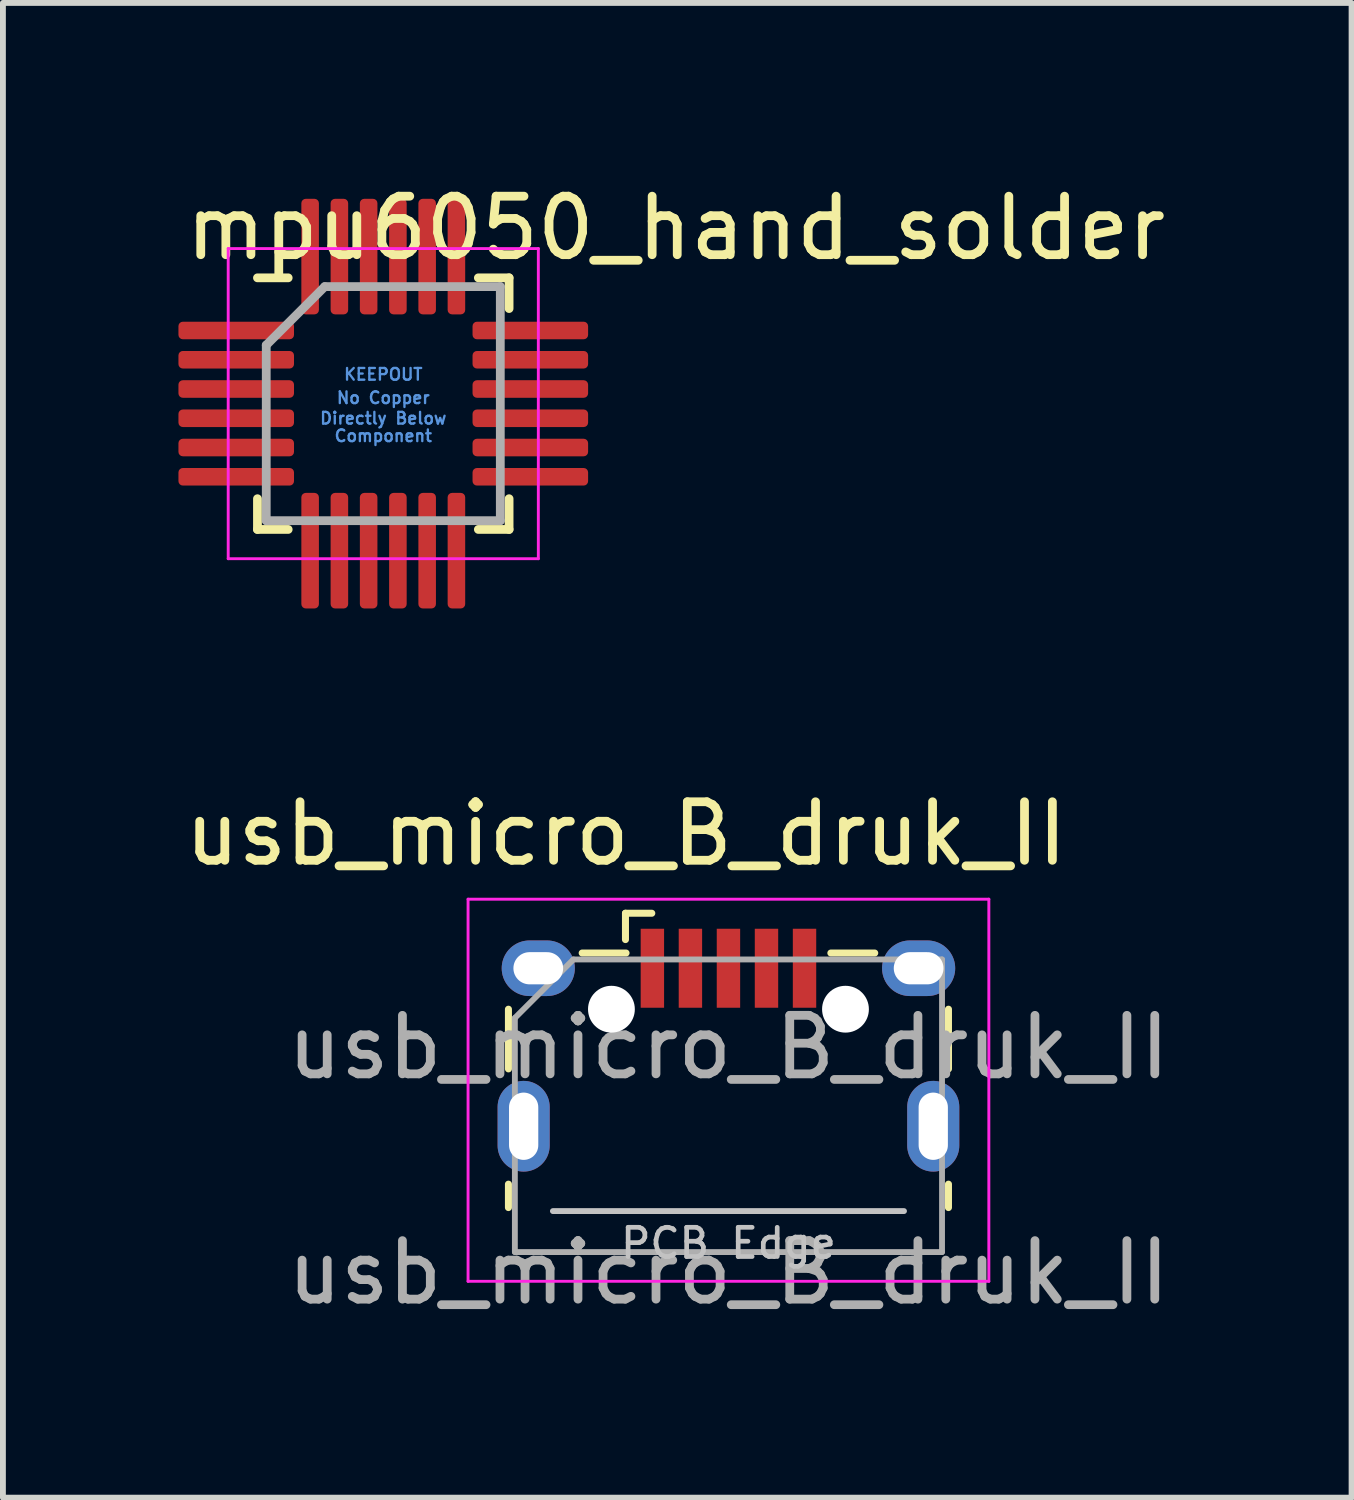
<source format=kicad_pcb>
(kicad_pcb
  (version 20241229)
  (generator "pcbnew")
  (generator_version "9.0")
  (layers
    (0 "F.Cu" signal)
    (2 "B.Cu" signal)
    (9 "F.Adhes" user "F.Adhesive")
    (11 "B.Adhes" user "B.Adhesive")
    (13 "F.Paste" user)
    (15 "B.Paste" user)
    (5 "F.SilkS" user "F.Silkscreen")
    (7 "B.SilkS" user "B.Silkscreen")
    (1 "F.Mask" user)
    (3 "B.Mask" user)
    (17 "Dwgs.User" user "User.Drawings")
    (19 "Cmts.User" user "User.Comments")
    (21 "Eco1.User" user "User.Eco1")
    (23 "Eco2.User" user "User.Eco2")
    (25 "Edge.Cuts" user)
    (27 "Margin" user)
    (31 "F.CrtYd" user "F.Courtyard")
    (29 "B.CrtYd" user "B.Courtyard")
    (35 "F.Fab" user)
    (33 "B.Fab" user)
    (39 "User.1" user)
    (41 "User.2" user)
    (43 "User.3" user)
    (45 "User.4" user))
  (footprint "usb_micro_B_druk_II"
    (layer "F.Cu")
    (at 9.399 16.197)
    (property "Reference" "usb_micro_B_druk_II" (at -1.75 -5 0) (unlocked yes) (layer "F.SilkS") (effects (font (size 1 1) (thickness 0.15))))
    (attr through_hole)
    (fp_line (start -3.76 -0.98) (end -3.76 -2) (stroke (width 0.12) (type solid)) (layer "F.SilkS"))
    (fp_line (start -3.76 1.39) (end -3.76 0.99) (stroke (width 0.12) (type solid)) (layer "F.SilkS"))
    (fp_line (start -2.5 -2.96) (end -1.75 -2.96) (stroke (width 0.12) (type solid)) (layer "F.SilkS"))
    (fp_line (start -1.76 -3.19) (end -1.76 -3.64) (stroke (width 0.12) (type solid)) (layer "F.SilkS"))
    (fp_line (start -1.31 -3.64) (end -1.76 -3.64) (stroke (width 0.12) (type solid)) (layer "F.SilkS"))
    (fp_line (start 2.5 -2.96) (end 1.75 -2.96) (stroke (width 0.12) (type solid)) (layer "F.SilkS"))
    (fp_line (start 3.76 -0.98) (end 3.76 -2) (stroke (width 0.12) (type solid)) (layer "F.SilkS"))
    (fp_line (start 3.76 0.99) (end 3.76 1.39) (stroke (width 0.12) (type solid)) (layer "F.SilkS"))
    (fp_line (start 3 1.45) (end -3 1.45) (stroke (width 0.1) (type solid)) (layer "Dwgs.User"))
    (fp_line (start -4.45 -3.88) (end -4.45 2.65) (stroke (width 0.05) (type solid)) (layer "F.CrtYd"))
    (fp_line (start -4.45 -3.88) (end 4.45 -3.88) (stroke (width 0.05) (type solid)) (layer "F.CrtYd"))
    (fp_line (start -4.45 2.65) (end 4.45 2.65) (stroke (width 0.05) (type solid)) (layer "F.CrtYd"))
    (fp_line (start 4.45 -3.88) (end 4.45 2.65) (stroke (width 0.05) (type solid)) (layer "F.CrtYd"))
    (fp_line (start -3.65 -1.85) (end -2.65 -2.85) (stroke (width 0.1) (type solid)) (layer "F.Fab"))
    (fp_line (start -3.65 2.15) (end -3.65 -1.85) (stroke (width 0.1) (type solid)) (layer "F.Fab"))
    (fp_line (start -2.65 -2.85) (end 3.65 -2.85) (stroke (width 0.1) (type solid)) (layer "F.Fab"))
    (fp_line (start 3.65 -2.85) (end 3.65 2.15) (stroke (width 0.1) (type solid)) (layer "F.Fab"))
    (fp_line (start 3.65 2.15) (end -3.65 2.15) (stroke (width 0.1) (type solid)) (layer "F.Fab"))
    (fp_text user "PCB Edge" (at 0 2 0) (layer "Dwgs.User") (effects (font (size 0.5 0.5) (thickness 0.08))))
    (fp_text user "${REFERENCE}" (at 0 -1.35 0) (layer "F.Fab") (effects (font (size 1 1) (thickness 0.15))))
    (fp_text user "${REFERENCE}" (at 0 2.5 0) (unlocked yes) (layer "F.Fab") (effects (font (size 1 1) (thickness 0.15))))
    (pad "" np_thru_hole oval (at -2 -2) (size 0.8 0.8) (drill 0.8) (layers "*.Cu" "*.Mask"))
    (pad "" np_thru_hole oval (at 2 -2) (size 0.8 0.8) (drill 0.8) (layers "*.Cu" "*.Mask"))
    (pad "1" smd rect (at -1.3 -2.7) (size 0.4 1.35) (layers "F.Cu" "F.Mask" "F.Paste"))
    (pad "2" smd rect (at -0.65 -2.7) (size 0.4 1.35) (layers "F.Cu" "F.Mask" "F.Paste"))
    (pad "3" smd rect (at 0 -2.7) (size 0.4 1.35) (layers "F.Cu" "F.Mask" "F.Paste"))
    (pad "4" smd rect (at 0.65 -2.7) (size 0.4 1.35) (layers "F.Cu" "F.Mask" "F.Paste"))
    (pad "5" smd rect (at 1.3 -2.7) (size 0.4 1.35) (layers "F.Cu" "F.Mask" "F.Paste"))
    (pad "6" thru_hole oval (at -3.5 0) (size 0.89 1.55) (drill oval 0.5 1.15) (layers "*.Cu" "*.Mask"))
    (pad "6" thru_hole oval (at -3.25 -2.7) (size 1.25 0.95) (drill oval 0.85 0.55) (layers "*.Cu" "*.Mask"))
    (pad "6" thru_hole oval (at 3.25 -2.7) (size 1.25 0.95) (drill oval 0.85 0.55) (layers "*.Cu" "*.Mask"))
    (pad "6" thru_hole oval (at 3.5 0) (size 0.89 1.55) (drill oval 0.5 1.15) (layers "*.Cu" "*.Mask")))
  (footprint "mpu6050_hand_solder"
    (layer "F.Cu")
    (at 3.5 3.848)
    (property "Reference" "mpu6050_hand_solder" (at 5 -3 0) (unlocked yes) (layer "F.SilkS") (effects (font (size 1 1) (thickness 0.15))))
    (attr smd)
    (fp_line (start -2.15 -2.15) (end -1.625 -2.15) (stroke (width 0.15) (type solid)) (layer "F.SilkS"))
    (fp_line (start -2.15 2.15) (end -2.15 1.625) (stroke (width 0.15) (type solid)) (layer "F.SilkS"))
    (fp_line (start -2.15 2.15) (end -1.625 2.15) (stroke (width 0.15) (type solid)) (layer "F.SilkS"))
    (fp_line (start 2.15 -2.15) (end 1.625 -2.15) (stroke (width 0.15) (type solid)) (layer "F.SilkS"))
    (fp_line (start 2.15 -2.15) (end 2.15 -1.625) (stroke (width 0.15) (type solid)) (layer "F.SilkS"))
    (fp_line (start 2.15 2.15) (end 1.625 2.15) (stroke (width 0.15) (type solid)) (layer "F.SilkS"))
    (fp_line (start 2.15 2.15) (end 2.15 1.625) (stroke (width 0.15) (type solid)) (layer "F.SilkS"))
    (fp_line (start -2.65 -2.65) (end -2.65 2.65) (stroke (width 0.05) (type solid)) (layer "F.CrtYd"))
    (fp_line (start -2.65 -2.65) (end 2.65 -2.65) (stroke (width 0.05) (type solid)) (layer "F.CrtYd"))
    (fp_line (start -2.65 2.65) (end 2.65 2.65) (stroke (width 0.05) (type solid)) (layer "F.CrtYd"))
    (fp_line (start 2.65 -2.65) (end 2.65 2.65) (stroke (width 0.05) (type solid)) (layer "F.CrtYd"))
    (fp_line (start -2 -1) (end -1 -2) (stroke (width 0.15) (type solid)) (layer "F.Fab"))
    (fp_line (start -2 2) (end -2 -1) (stroke (width 0.15) (type solid)) (layer "F.Fab"))
    (fp_line (start -1 -2) (end 2 -2) (stroke (width 0.15) (type solid)) (layer "F.Fab"))
    (fp_line (start 2 -2) (end 2 2) (stroke (width 0.15) (type solid)) (layer "F.Fab"))
    (fp_line (start 2 2) (end -2 2) (stroke (width 0.15) (type solid)) (layer "F.Fab"))
    (fp_text user "Component" (at 0 0.55 0) (layer "Cmts.User") (effects (font (size 0.2 0.2) (thickness 0.04))))
    (fp_text user "No Copper" (at 0 -0.1 0) (layer "Cmts.User") (effects (font (size 0.2 0.2) (thickness 0.04))))
    (fp_text user "KEEPOUT" (at 0 -0.5 0) (layer "Cmts.User") (effects (font (size 0.2 0.2) (thickness 0.04))))
    (fp_text user "Directly Below" (at 0 0.25 0) (layer "Cmts.User") (effects (font (size 0.2 0.2) (thickness 0.04))))
    (pad "1" smd roundrect (at -2.513 -1.25) (size 1.975 0.3) (layers "F.Cu" "F.Mask" "F.Paste") (roundrect_rratio 0.25))
    (pad "2" smd roundrect (at -2.513 -0.75) (size 1.975 0.3) (layers "F.Cu" "F.Mask" "F.Paste") (roundrect_rratio 0.25))
    (pad "3" smd roundrect (at -2.513 -0.25) (size 1.975 0.3) (layers "F.Cu" "F.Mask" "F.Paste") (roundrect_rratio 0.25))
    (pad "4" smd roundrect (at -2.513 0.25) (size 1.975 0.3) (layers "F.Cu" "F.Mask" "F.Paste") (roundrect_rratio 0.25))
    (pad "5" smd roundrect (at -2.513 0.75) (size 1.975 0.3) (layers "F.Cu" "F.Mask" "F.Paste") (roundrect_rratio 0.25))
    (pad "6" smd roundrect (at -2.513 1.25) (size 1.975 0.3) (layers "F.Cu" "F.Mask" "F.Paste") (roundrect_rratio 0.25))
    (pad "7" smd roundrect (at -1.25 2.513 90) (size 1.975 0.3) (layers "F.Cu" "F.Mask" "F.Paste") (roundrect_rratio 0.25))
    (pad "8" smd roundrect (at -0.75 2.513 90) (size 1.975 0.3) (layers "F.Cu" "F.Mask" "F.Paste") (roundrect_rratio 0.25))
    (pad "9" smd roundrect (at -0.25 2.513 90) (size 1.975 0.3) (layers "F.Cu" "F.Mask" "F.Paste") (roundrect_rratio 0.25))
    (pad "10" smd roundrect (at 0.25 2.513 90) (size 1.975 0.3) (layers "F.Cu" "F.Mask" "F.Paste") (roundrect_rratio 0.25))
    (pad "11" smd roundrect (at 0.75 2.513 90) (size 1.975 0.3) (layers "F.Cu" "F.Mask" "F.Paste") (roundrect_rratio 0.25))
    (pad "12" smd roundrect (at 1.25 2.513 90) (size 1.975 0.3) (layers "F.Cu" "F.Mask" "F.Paste") (roundrect_rratio 0.25))
    (pad "13" smd roundrect (at 2.513 1.25) (size 1.975 0.3) (layers "F.Cu" "F.Mask" "F.Paste") (roundrect_rratio 0.25))
    (pad "14" smd roundrect (at 2.513 0.75) (size 1.975 0.3) (layers "F.Cu" "F.Mask" "F.Paste") (roundrect_rratio 0.25))
    (pad "15" smd roundrect (at 2.513 0.25) (size 1.975 0.3) (layers "F.Cu" "F.Mask" "F.Paste") (roundrect_rratio 0.25))
    (pad "16" smd roundrect (at 2.513 -0.25) (size 1.975 0.3) (layers "F.Cu" "F.Mask" "F.Paste") (roundrect_rratio 0.25))
    (pad "17" smd roundrect (at 2.513 -0.75) (size 1.975 0.3) (layers "F.Cu" "F.Mask" "F.Paste") (roundrect_rratio 0.25))
    (pad "18" smd roundrect (at 2.513 -1.25) (size 1.975 0.3) (layers "F.Cu" "F.Mask" "F.Paste") (roundrect_rratio 0.25))
    (pad "19" smd roundrect (at 1.25 -2.513 90) (size 1.975 0.3) (layers "F.Cu" "F.Mask" "F.Paste") (roundrect_rratio 0.25))
    (pad "20" smd roundrect (at 0.75 -2.513 90) (size 1.975 0.3) (layers "F.Cu" "F.Mask" "F.Paste") (roundrect_rratio 0.25))
    (pad "21" smd roundrect (at 0.25 -2.513 90) (size 1.975 0.3) (layers "F.Cu" "F.Mask" "F.Paste") (roundrect_rratio 0.25))
    (pad "22" smd roundrect (at -0.25 -2.513 90) (size 1.975 0.3) (layers "F.Cu" "F.Mask" "F.Paste") (roundrect_rratio 0.25))
    (pad "23" smd roundrect (at -0.75 -2.513 90) (size 1.975 0.3) (layers "F.Cu" "F.Mask" "F.Paste") (roundrect_rratio 0.25))
    (pad "24" smd roundrect (at -1.25 -2.513 90) (size 1.975 0.3) (layers "F.Cu" "F.Mask" "F.Paste") (roundrect_rratio 0.25))
    (zone (net_name "") (layer "F.Cu") (hatch full 0.508) (connect_pads) (min_thickness 0.254) (filled_areas_thickness no) (keepout (tracks not_allowed) (vias not_allowed) (pads not_allowed) (copperpour not_allowed) (footprints allowed)) (placement (enabled no)) (fill) (polygon (pts (xy 2.125 2.523) (xy 4.875 2.523) (xy 4.875 5.173) (xy 2.125 5.173)))))
  (gr_rect
    (start -3 -3)
    (end 20.048 22.545)
    (stroke (width 0.1) (type default))
    (fill no)
    (layer "Edge.Cuts")))
</source>
